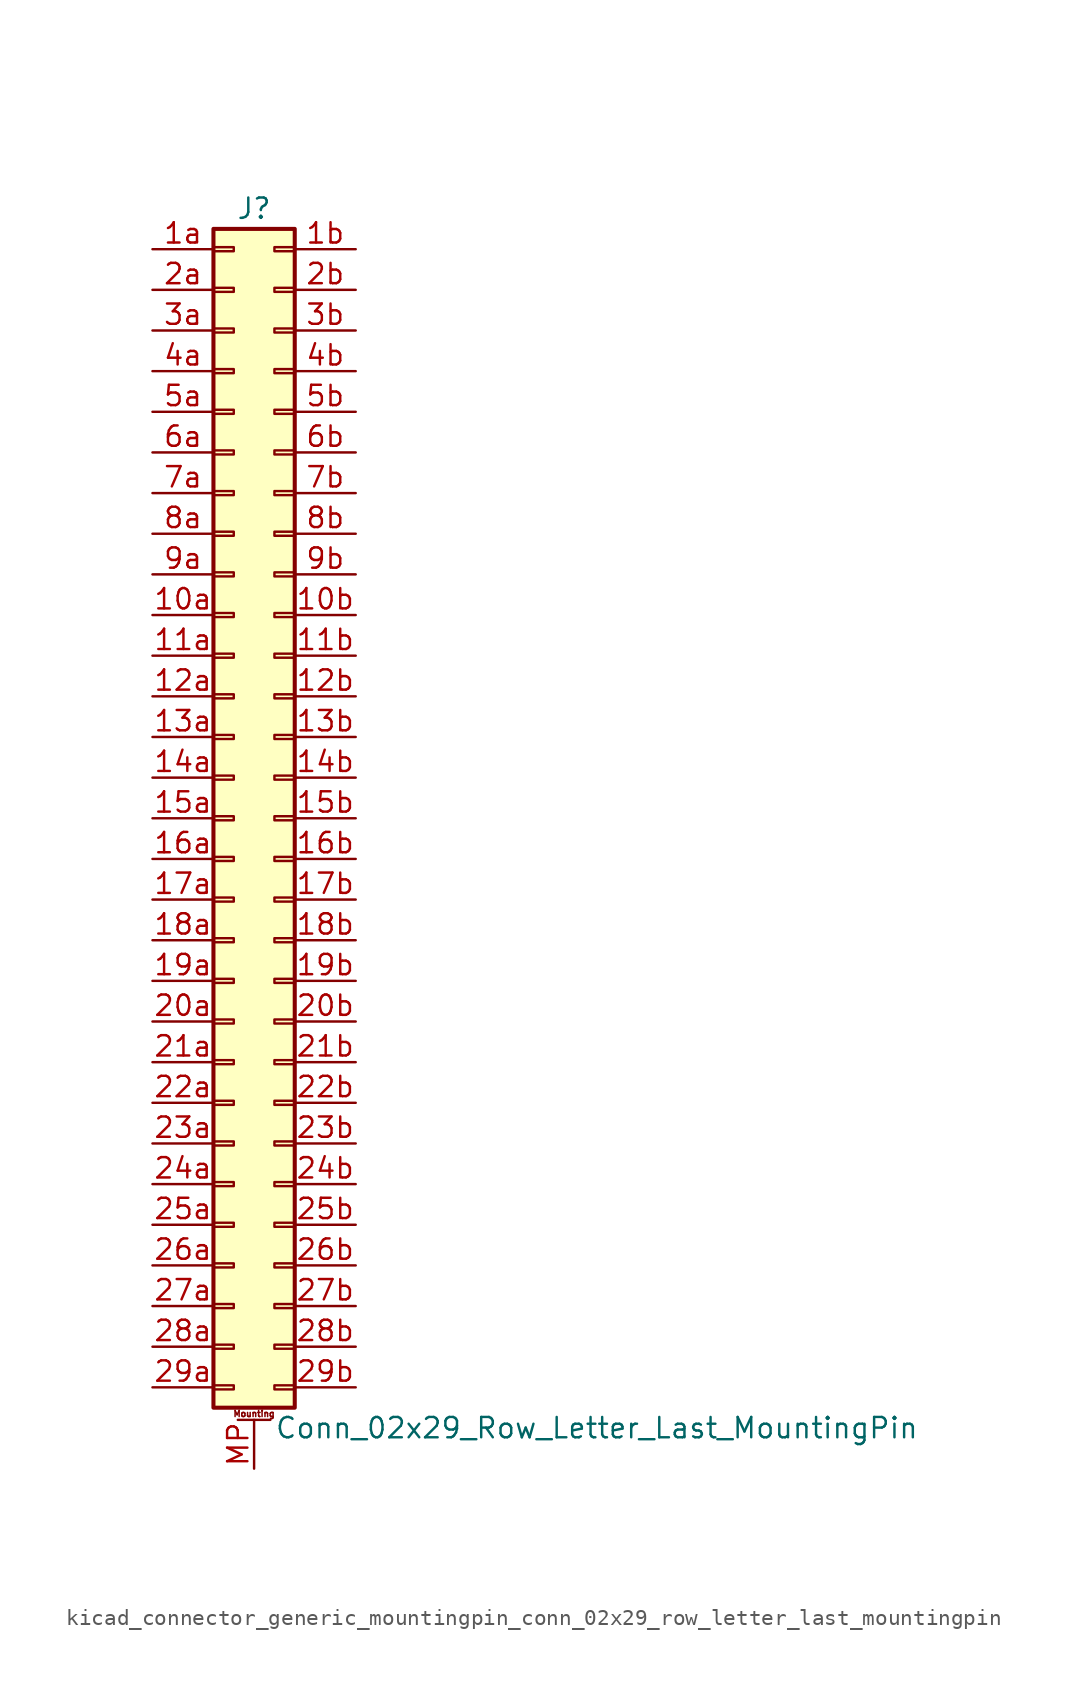
<source format=kicad_sym>
(kicad_symbol_lib
  (version 20220914)
  (generator kicad_symbol_editor)
  (symbol "kicad_connector_generic_mountingpin_conn_02x29_row_letter_last_mountingpin"
    (pin_names
      (offset 1.016) hide)
    (property "Reference" "J"
      (at 1.27 38.1 0)
      (effects (font (size 1.27 1.27))))
    (property "Value" "Conn_02x29_Row_Letter_Last_MountingPin"
      (at 2.54 -38.1 0)
      (effects (font (size 1.27 1.27)) (justify left)))
    (symbol "kicad_connector_generic_mountingpin_conn_02x29_row_letter_last_mountingpin_1_1"
      (rectangle (start -1.27 -35.433) (end 0 -35.687) (stroke (width 0.152) (type default)) (fill (type none)))
      (rectangle (start -1.27 -32.893) (end 0 -33.147) (stroke (width 0.152) (type default)) (fill (type none)))
      (rectangle (start -1.27 -30.353) (end 0 -30.607) (stroke (width 0.152) (type default)) (fill (type none)))
      (rectangle (start -1.27 -27.813) (end 0 -28.067) (stroke (width 0.152) (type default)) (fill (type none)))
      (rectangle (start -1.27 -25.273) (end 0 -25.527) (stroke (width 0.152) (type default)) (fill (type none)))
      (rectangle (start -1.27 -22.733) (end 0 -22.987) (stroke (width 0.152) (type default)) (fill (type none)))
      (rectangle (start -1.27 -20.193) (end 0 -20.447) (stroke (width 0.152) (type default)) (fill (type none)))
      (rectangle (start -1.27 -17.653) (end 0 -17.907) (stroke (width 0.152) (type default)) (fill (type none)))
      (rectangle (start -1.27 -15.113) (end 0 -15.367) (stroke (width 0.152) (type default)) (fill (type none)))
      (rectangle (start -1.27 -12.573) (end 0 -12.827) (stroke (width 0.152) (type default)) (fill (type none)))
      (rectangle (start -1.27 -10.033) (end 0 -10.287) (stroke (width 0.152) (type default)) (fill (type none)))
      (rectangle (start -1.27 -7.493) (end 0 -7.747) (stroke (width 0.152) (type default)) (fill (type none)))
      (rectangle (start -1.27 -4.953) (end 0 -5.207) (stroke (width 0.152) (type default)) (fill (type none)))
      (rectangle (start -1.27 -2.413) (end 0 -2.667) (stroke (width 0.152) (type default)) (fill (type none)))
      (rectangle (start -1.27 0.127) (end 0 -0.127) (stroke (width 0.152) (type default)) (fill (type none)))
      (rectangle (start -1.27 2.667) (end 0 2.413) (stroke (width 0.152) (type default)) (fill (type none)))
      (rectangle (start -1.27 5.207) (end 0 4.953) (stroke (width 0.152) (type default)) (fill (type none)))
      (rectangle (start -1.27 7.747) (end 0 7.493) (stroke (width 0.152) (type default)) (fill (type none)))
      (rectangle (start -1.27 10.287) (end 0 10.033) (stroke (width 0.152) (type default)) (fill (type none)))
      (rectangle (start -1.27 12.827) (end 0 12.573) (stroke (width 0.152) (type default)) (fill (type none)))
      (rectangle (start -1.27 15.367) (end 0 15.113) (stroke (width 0.152) (type default)) (fill (type none)))
      (rectangle (start -1.27 17.907) (end 0 17.653) (stroke (width 0.152) (type default)) (fill (type none)))
      (rectangle (start -1.27 20.447) (end 0 20.193) (stroke (width 0.152) (type default)) (fill (type none)))
      (rectangle (start -1.27 22.987) (end 0 22.733) (stroke (width 0.152) (type default)) (fill (type none)))
      (rectangle (start -1.27 25.527) (end 0 25.273) (stroke (width 0.152) (type default)) (fill (type none)))
      (rectangle (start -1.27 28.067) (end 0 27.813) (stroke (width 0.152) (type default)) (fill (type none)))
      (rectangle (start -1.27 30.607) (end 0 30.353) (stroke (width 0.152) (type default)) (fill (type none)))
      (rectangle (start -1.27 33.147) (end 0 32.893) (stroke (width 0.152) (type default)) (fill (type none)))
      (rectangle (start -1.27 35.687) (end 0 35.433) (stroke (width 0.152) (type default)) (fill (type none)))
      (rectangle (start -1.27 36.83) (end 3.81 -36.83) (stroke (width 0.254) (type default)) (fill (type background)))
      (polyline (pts (xy 0.254 -37.592) (xy 2.286 -37.592)) (stroke (width 0.152) (type default)) (fill (type none)))
      (rectangle (start 3.81 -35.433) (end 2.54 -35.687) (stroke (width 0.152) (type default)) (fill (type none)))
      (rectangle (start 3.81 -32.893) (end 2.54 -33.147) (stroke (width 0.152) (type default)) (fill (type none)))
      (rectangle (start 3.81 -30.353) (end 2.54 -30.607) (stroke (width 0.152) (type default)) (fill (type none)))
      (rectangle (start 3.81 -27.813) (end 2.54 -28.067) (stroke (width 0.152) (type default)) (fill (type none)))
      (rectangle (start 3.81 -25.273) (end 2.54 -25.527) (stroke (width 0.152) (type default)) (fill (type none)))
      (rectangle (start 3.81 -22.733) (end 2.54 -22.987) (stroke (width 0.152) (type default)) (fill (type none)))
      (rectangle (start 3.81 -20.193) (end 2.54 -20.447) (stroke (width 0.152) (type default)) (fill (type none)))
      (rectangle (start 3.81 -17.653) (end 2.54 -17.907) (stroke (width 0.152) (type default)) (fill (type none)))
      (rectangle (start 3.81 -15.113) (end 2.54 -15.367) (stroke (width 0.152) (type default)) (fill (type none)))
      (rectangle (start 3.81 -12.573) (end 2.54 -12.827) (stroke (width 0.152) (type default)) (fill (type none)))
      (rectangle (start 3.81 -10.033) (end 2.54 -10.287) (stroke (width 0.152) (type default)) (fill (type none)))
      (rectangle (start 3.81 -7.493) (end 2.54 -7.747) (stroke (width 0.152) (type default)) (fill (type none)))
      (rectangle (start 3.81 -4.953) (end 2.54 -5.207) (stroke (width 0.152) (type default)) (fill (type none)))
      (rectangle (start 3.81 -2.413) (end 2.54 -2.667) (stroke (width 0.152) (type default)) (fill (type none)))
      (rectangle (start 3.81 0.127) (end 2.54 -0.127) (stroke (width 0.152) (type default)) (fill (type none)))
      (rectangle (start 3.81 2.667) (end 2.54 2.413) (stroke (width 0.152) (type default)) (fill (type none)))
      (rectangle (start 3.81 5.207) (end 2.54 4.953) (stroke (width 0.152) (type default)) (fill (type none)))
      (rectangle (start 3.81 7.747) (end 2.54 7.493) (stroke (width 0.152) (type default)) (fill (type none)))
      (rectangle (start 3.81 10.287) (end 2.54 10.033) (stroke (width 0.152) (type default)) (fill (type none)))
      (rectangle (start 3.81 12.827) (end 2.54 12.573) (stroke (width 0.152) (type default)) (fill (type none)))
      (rectangle (start 3.81 15.367) (end 2.54 15.113) (stroke (width 0.152) (type default)) (fill (type none)))
      (rectangle (start 3.81 17.907) (end 2.54 17.653) (stroke (width 0.152) (type default)) (fill (type none)))
      (rectangle (start 3.81 20.447) (end 2.54 20.193) (stroke (width 0.152) (type default)) (fill (type none)))
      (rectangle (start 3.81 22.987) (end 2.54 22.733) (stroke (width 0.152) (type default)) (fill (type none)))
      (rectangle (start 3.81 25.527) (end 2.54 25.273) (stroke (width 0.152) (type default)) (fill (type none)))
      (rectangle (start 3.81 28.067) (end 2.54 27.813) (stroke (width 0.152) (type default)) (fill (type none)))
      (rectangle (start 3.81 30.607) (end 2.54 30.353) (stroke (width 0.152) (type default)) (fill (type none)))
      (rectangle (start 3.81 33.147) (end 2.54 32.893) (stroke (width 0.152) (type default)) (fill (type none)))
      (rectangle (start 3.81 35.687) (end 2.54 35.433) (stroke (width 0.152) (type default)) (fill (type none)))
      (text "Mounting" (at 1.27 -37.211 0) (effects (font (size 0.381 0.381))))
      (pin passive line (at -5.08 12.7 0) (length 3.81) (name "Pin_10a" (effects (font (size 1.27 1.27)))) (number "10a" (effects (font (size 1.27 1.27)))))
      (pin passive line (at 7.62 12.7 180) (length 3.81) (name "Pin_10b" (effects (font (size 1.27 1.27)))) (number "10b" (effects (font (size 1.27 1.27)))))
      (pin passive line (at -5.08 10.16 0) (length 3.81) (name "Pin_11a" (effects (font (size 1.27 1.27)))) (number "11a" (effects (font (size 1.27 1.27)))))
      (pin passive line (at 7.62 10.16 180) (length 3.81) (name "Pin_11b" (effects (font (size 1.27 1.27)))) (number "11b" (effects (font (size 1.27 1.27)))))
      (pin passive line (at -5.08 7.62 0) (length 3.81) (name "Pin_12a" (effects (font (size 1.27 1.27)))) (number "12a" (effects (font (size 1.27 1.27)))))
      (pin passive line (at 7.62 7.62 180) (length 3.81) (name "Pin_12b" (effects (font (size 1.27 1.27)))) (number "12b" (effects (font (size 1.27 1.27)))))
      (pin passive line (at -5.08 5.08 0) (length 3.81) (name "Pin_13a" (effects (font (size 1.27 1.27)))) (number "13a" (effects (font (size 1.27 1.27)))))
      (pin passive line (at 7.62 5.08 180) (length 3.81) (name "Pin_13b" (effects (font (size 1.27 1.27)))) (number "13b" (effects (font (size 1.27 1.27)))))
      (pin passive line (at -5.08 2.54 0) (length 3.81) (name "Pin_14a" (effects (font (size 1.27 1.27)))) (number "14a" (effects (font (size 1.27 1.27)))))
      (pin passive line (at 7.62 2.54 180) (length 3.81) (name "Pin_14b" (effects (font (size 1.27 1.27)))) (number "14b" (effects (font (size 1.27 1.27)))))
      (pin passive line (at -5.08 0 0) (length 3.81) (name "Pin_15a" (effects (font (size 1.27 1.27)))) (number "15a" (effects (font (size 1.27 1.27)))))
      (pin passive line (at 7.62 0 180) (length 3.81) (name "Pin_15b" (effects (font (size 1.27 1.27)))) (number "15b" (effects (font (size 1.27 1.27)))))
      (pin passive line (at -5.08 -2.54 0) (length 3.81) (name "Pin_16a" (effects (font (size 1.27 1.27)))) (number "16a" (effects (font (size 1.27 1.27)))))
      (pin passive line (at 7.62 -2.54 180) (length 3.81) (name "Pin_16b" (effects (font (size 1.27 1.27)))) (number "16b" (effects (font (size 1.27 1.27)))))
      (pin passive line (at -5.08 -5.08 0) (length 3.81) (name "Pin_17a" (effects (font (size 1.27 1.27)))) (number "17a" (effects (font (size 1.27 1.27)))))
      (pin passive line (at 7.62 -5.08 180) (length 3.81) (name "Pin_17b" (effects (font (size 1.27 1.27)))) (number "17b" (effects (font (size 1.27 1.27)))))
      (pin passive line (at -5.08 -7.62 0) (length 3.81) (name "Pin_18a" (effects (font (size 1.27 1.27)))) (number "18a" (effects (font (size 1.27 1.27)))))
      (pin passive line (at 7.62 -7.62 180) (length 3.81) (name "Pin_18b" (effects (font (size 1.27 1.27)))) (number "18b" (effects (font (size 1.27 1.27)))))
      (pin passive line (at -5.08 -10.16 0) (length 3.81) (name "Pin_19a" (effects (font (size 1.27 1.27)))) (number "19a" (effects (font (size 1.27 1.27)))))
      (pin passive line (at 7.62 -10.16 180) (length 3.81) (name "Pin_19b" (effects (font (size 1.27 1.27)))) (number "19b" (effects (font (size 1.27 1.27)))))
      (pin passive line (at -5.08 35.56 0) (length 3.81) (name "Pin_1a" (effects (font (size 1.27 1.27)))) (number "1a" (effects (font (size 1.27 1.27)))))
      (pin passive line (at 7.62 35.56 180) (length 3.81) (name "Pin_1b" (effects (font (size 1.27 1.27)))) (number "1b" (effects (font (size 1.27 1.27)))))
      (pin passive line (at -5.08 -12.7 0) (length 3.81) (name "Pin_20a" (effects (font (size 1.27 1.27)))) (number "20a" (effects (font (size 1.27 1.27)))))
      (pin passive line (at 7.62 -12.7 180) (length 3.81) (name "Pin_20b" (effects (font (size 1.27 1.27)))) (number "20b" (effects (font (size 1.27 1.27)))))
      (pin passive line (at -5.08 -15.24 0) (length 3.81) (name "Pin_21a" (effects (font (size 1.27 1.27)))) (number "21a" (effects (font (size 1.27 1.27)))))
      (pin passive line (at 7.62 -15.24 180) (length 3.81) (name "Pin_21b" (effects (font (size 1.27 1.27)))) (number "21b" (effects (font (size 1.27 1.27)))))
      (pin passive line (at -5.08 -17.78 0) (length 3.81) (name "Pin_22a" (effects (font (size 1.27 1.27)))) (number "22a" (effects (font (size 1.27 1.27)))))
      (pin passive line (at 7.62 -17.78 180) (length 3.81) (name "Pin_22b" (effects (font (size 1.27 1.27)))) (number "22b" (effects (font (size 1.27 1.27)))))
      (pin passive line (at -5.08 -20.32 0) (length 3.81) (name "Pin_23a" (effects (font (size 1.27 1.27)))) (number "23a" (effects (font (size 1.27 1.27)))))
      (pin passive line (at 7.62 -20.32 180) (length 3.81) (name "Pin_23b" (effects (font (size 1.27 1.27)))) (number "23b" (effects (font (size 1.27 1.27)))))
      (pin passive line (at -5.08 -22.86 0) (length 3.81) (name "Pin_24a" (effects (font (size 1.27 1.27)))) (number "24a" (effects (font (size 1.27 1.27)))))
      (pin passive line (at 7.62 -22.86 180) (length 3.81) (name "Pin_24b" (effects (font (size 1.27 1.27)))) (number "24b" (effects (font (size 1.27 1.27)))))
      (pin passive line (at -5.08 -25.4 0) (length 3.81) (name "Pin_25a" (effects (font (size 1.27 1.27)))) (number "25a" (effects (font (size 1.27 1.27)))))
      (pin passive line (at 7.62 -25.4 180) (length 3.81) (name "Pin_25b" (effects (font (size 1.27 1.27)))) (number "25b" (effects (font (size 1.27 1.27)))))
      (pin passive line (at -5.08 -27.94 0) (length 3.81) (name "Pin_26a" (effects (font (size 1.27 1.27)))) (number "26a" (effects (font (size 1.27 1.27)))))
      (pin passive line (at 7.62 -27.94 180) (length 3.81) (name "Pin_26b" (effects (font (size 1.27 1.27)))) (number "26b" (effects (font (size 1.27 1.27)))))
      (pin passive line (at -5.08 -30.48 0) (length 3.81) (name "Pin_27a" (effects (font (size 1.27 1.27)))) (number "27a" (effects (font (size 1.27 1.27)))))
      (pin passive line (at 7.62 -30.48 180) (length 3.81) (name "Pin_27b" (effects (font (size 1.27 1.27)))) (number "27b" (effects (font (size 1.27 1.27)))))
      (pin passive line (at -5.08 -33.02 0) (length 3.81) (name "Pin_28a" (effects (font (size 1.27 1.27)))) (number "28a" (effects (font (size 1.27 1.27)))))
      (pin passive line (at 7.62 -33.02 180) (length 3.81) (name "Pin_28b" (effects (font (size 1.27 1.27)))) (number "28b" (effects (font (size 1.27 1.27)))))
      (pin passive line (at -5.08 -35.56 0) (length 3.81) (name "Pin_29a" (effects (font (size 1.27 1.27)))) (number "29a" (effects (font (size 1.27 1.27)))))
      (pin passive line (at 7.62 -35.56 180) (length 3.81) (name "Pin_29b" (effects (font (size 1.27 1.27)))) (number "29b" (effects (font (size 1.27 1.27)))))
      (pin passive line (at -5.08 33.02 0) (length 3.81) (name "Pin_2a" (effects (font (size 1.27 1.27)))) (number "2a" (effects (font (size 1.27 1.27)))))
      (pin passive line (at 7.62 33.02 180) (length 3.81) (name "Pin_2b" (effects (font (size 1.27 1.27)))) (number "2b" (effects (font (size 1.27 1.27)))))
      (pin passive line (at -5.08 30.48 0) (length 3.81) (name "Pin_3a" (effects (font (size 1.27 1.27)))) (number "3a" (effects (font (size 1.27 1.27)))))
      (pin passive line (at 7.62 30.48 180) (length 3.81) (name "Pin_3b" (effects (font (size 1.27 1.27)))) (number "3b" (effects (font (size 1.27 1.27)))))
      (pin passive line (at -5.08 27.94 0) (length 3.81) (name "Pin_4a" (effects (font (size 1.27 1.27)))) (number "4a" (effects (font (size 1.27 1.27)))))
      (pin passive line (at 7.62 27.94 180) (length 3.81) (name "Pin_4b" (effects (font (size 1.27 1.27)))) (number "4b" (effects (font (size 1.27 1.27)))))
      (pin passive line (at -5.08 25.4 0) (length 3.81) (name "Pin_5a" (effects (font (size 1.27 1.27)))) (number "5a" (effects (font (size 1.27 1.27)))))
      (pin passive line (at 7.62 25.4 180) (length 3.81) (name "Pin_5b" (effects (font (size 1.27 1.27)))) (number "5b" (effects (font (size 1.27 1.27)))))
      (pin passive line (at -5.08 22.86 0) (length 3.81) (name "Pin_6a" (effects (font (size 1.27 1.27)))) (number "6a" (effects (font (size 1.27 1.27)))))
      (pin passive line (at 7.62 22.86 180) (length 3.81) (name "Pin_6b" (effects (font (size 1.27 1.27)))) (number "6b" (effects (font (size 1.27 1.27)))))
      (pin passive line (at -5.08 20.32 0) (length 3.81) (name "Pin_7a" (effects (font (size 1.27 1.27)))) (number "7a" (effects (font (size 1.27 1.27)))))
      (pin passive line (at 7.62 20.32 180) (length 3.81) (name "Pin_7b" (effects (font (size 1.27 1.27)))) (number "7b" (effects (font (size 1.27 1.27)))))
      (pin passive line (at -5.08 17.78 0) (length 3.81) (name "Pin_8a" (effects (font (size 1.27 1.27)))) (number "8a" (effects (font (size 1.27 1.27)))))
      (pin passive line (at 7.62 17.78 180) (length 3.81) (name "Pin_8b" (effects (font (size 1.27 1.27)))) (number "8b" (effects (font (size 1.27 1.27)))))
      (pin passive line (at -5.08 15.24 0) (length 3.81) (name "Pin_9a" (effects (font (size 1.27 1.27)))) (number "9a" (effects (font (size 1.27 1.27)))))
      (pin passive line (at 7.62 15.24 180) (length 3.81) (name "Pin_9b" (effects (font (size 1.27 1.27)))) (number "9b" (effects (font (size 1.27 1.27)))))
      (pin passive line (at 1.27 -40.64 90) (length 3.048) (name "MountPin" (effects (font (size 1.27 1.27)))) (number "MP" (effects (font (size 1.27 1.27))))))))
</source>
